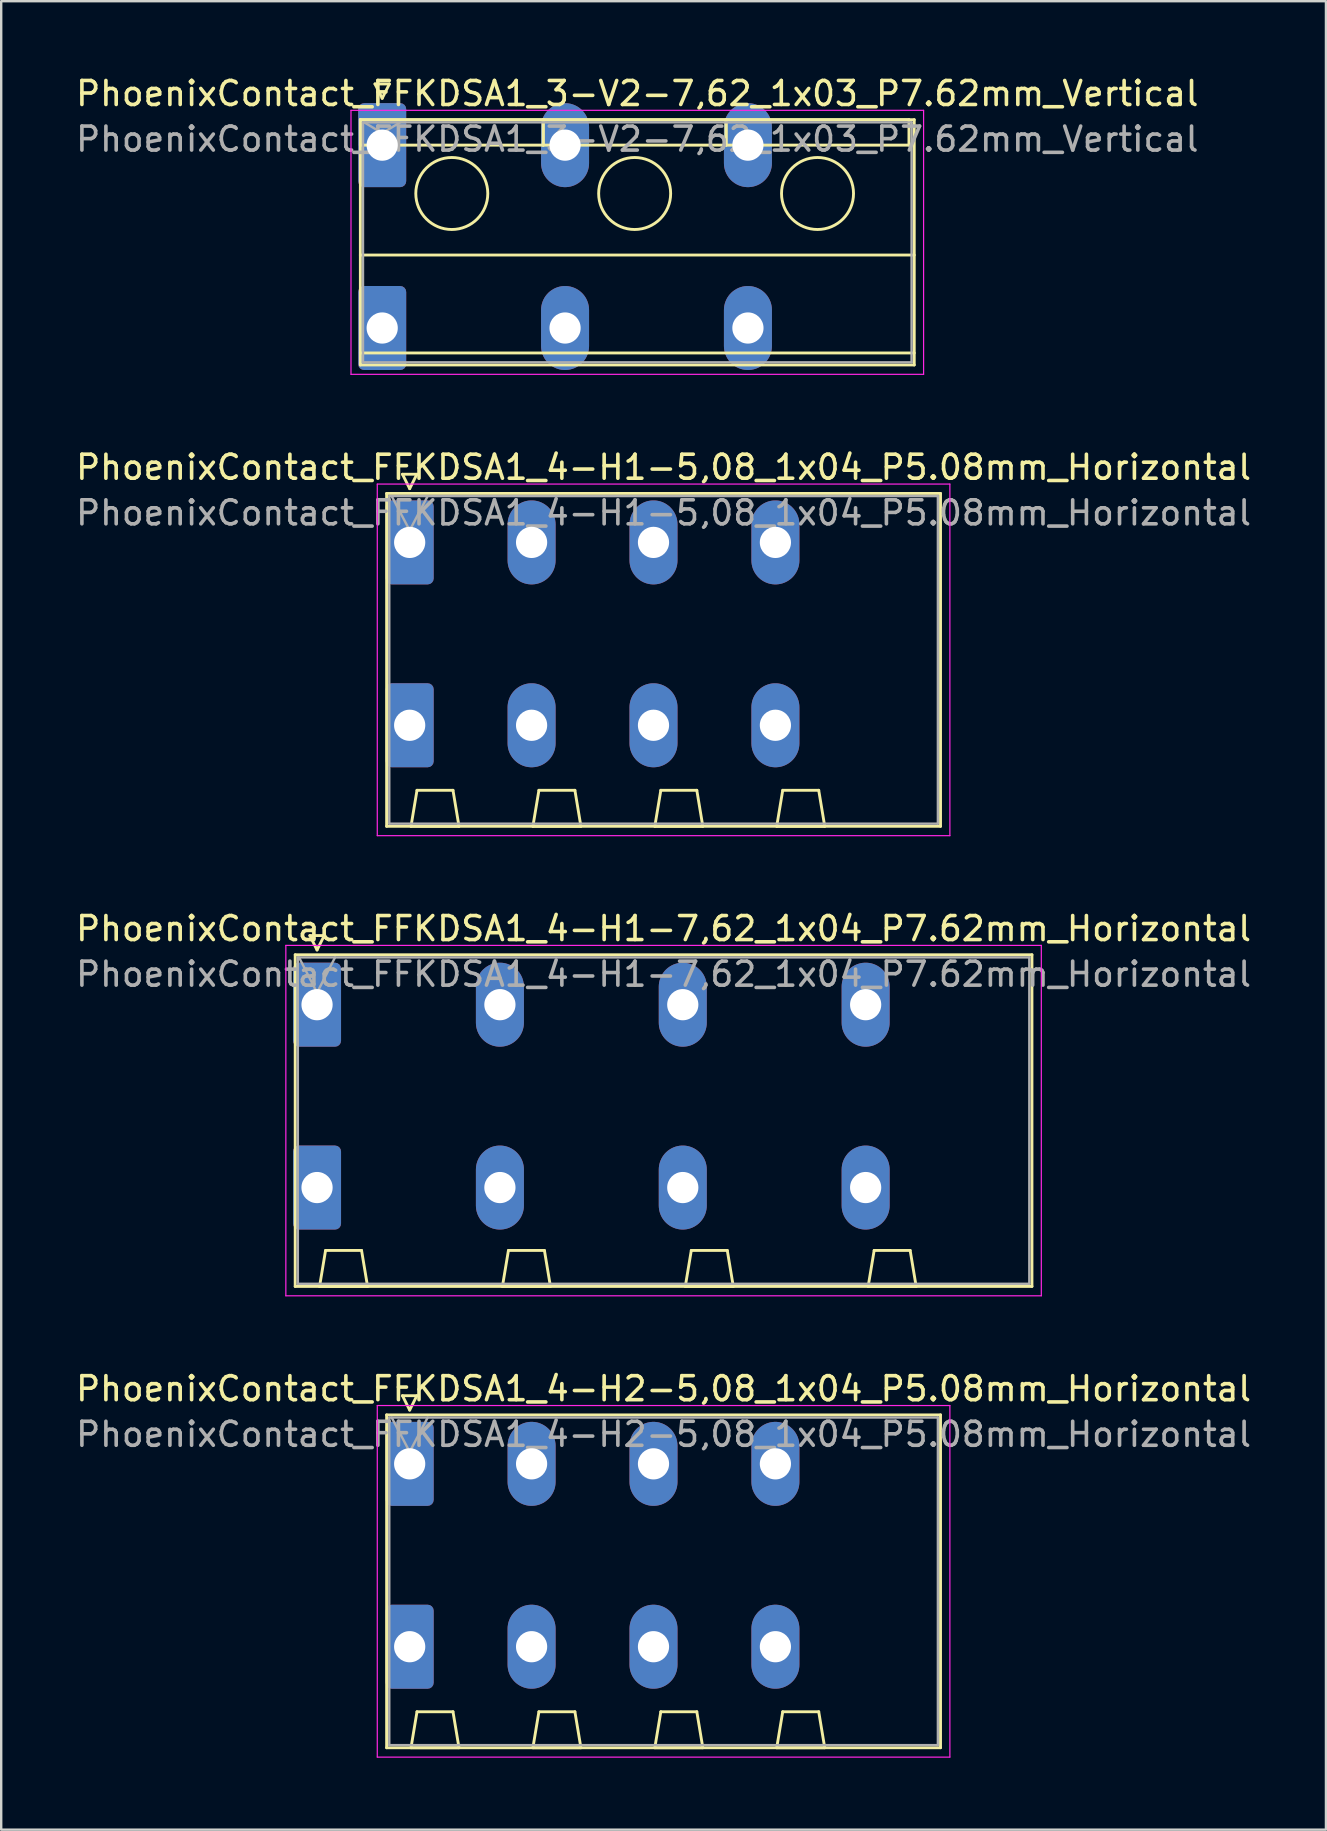
<source format=kicad_pcb>
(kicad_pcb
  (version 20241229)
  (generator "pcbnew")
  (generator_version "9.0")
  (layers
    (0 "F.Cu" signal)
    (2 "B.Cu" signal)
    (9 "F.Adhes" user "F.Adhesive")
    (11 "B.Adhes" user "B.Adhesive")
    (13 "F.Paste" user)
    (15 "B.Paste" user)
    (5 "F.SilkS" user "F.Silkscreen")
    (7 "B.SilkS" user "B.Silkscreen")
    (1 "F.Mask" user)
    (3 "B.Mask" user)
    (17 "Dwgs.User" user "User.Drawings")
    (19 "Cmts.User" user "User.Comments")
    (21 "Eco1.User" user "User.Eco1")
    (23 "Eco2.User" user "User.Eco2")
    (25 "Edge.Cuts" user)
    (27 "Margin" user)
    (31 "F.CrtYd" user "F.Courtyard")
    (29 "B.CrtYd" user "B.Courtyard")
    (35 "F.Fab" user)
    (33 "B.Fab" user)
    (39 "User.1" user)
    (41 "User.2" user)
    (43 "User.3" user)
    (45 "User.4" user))
  (footprint "PhoenixContact_FFKDSA1_4-H2-5,08_1x04_P5.08mm_Horizontal"
    (layer "F.Cu")
    (at 14.021 57.948)
    (property "Reference" "PhoenixContact_FFKDSA1_4-H2-5,08_1x04_P5.08mm_Horizontal" (at 10.58 -3.13 0) (layer "F.SilkS") (effects (font (size 1 1) (thickness 0.15))))
    (attr through_hole)
    (fp_line (start -0.96 -2.04) (end -0.96 11.83) (stroke (width 0.12) (type solid)) (layer "F.SilkS"))
    (fp_line (start -0.96 11.83) (end 22.12 11.83) (stroke (width 0.12) (type solid)) (layer "F.SilkS"))
    (fp_line (start -0.3 -2.84) (end 0.3 -2.84) (stroke (width 0.12) (type solid)) (layer "F.SilkS"))
    (fp_line (start 0 -2.24) (end -0.3 -2.84) (stroke (width 0.12) (type solid)) (layer "F.SilkS"))
    (fp_line (start 0.055 11.83) (end 2.055 11.83) (stroke (width 0.12) (type solid)) (layer "F.SilkS"))
    (fp_line (start 0.3 -2.84) (end 0 -2.24) (stroke (width 0.12) (type solid)) (layer "F.SilkS"))
    (fp_line (start 0.305 10.33) (end 0.055 11.83) (stroke (width 0.12) (type solid)) (layer "F.SilkS"))
    (fp_line (start 1.805 10.33) (end 0.305 10.33) (stroke (width 0.12) (type solid)) (layer "F.SilkS"))
    (fp_line (start 2.055 11.83) (end 1.805 10.33) (stroke (width 0.12) (type solid)) (layer "F.SilkS"))
    (fp_line (start 5.135 11.83) (end 7.135 11.83) (stroke (width 0.12) (type solid)) (layer "F.SilkS"))
    (fp_line (start 5.385 10.33) (end 5.135 11.83) (stroke (width 0.12) (type solid)) (layer "F.SilkS"))
    (fp_line (start 6.885 10.33) (end 5.385 10.33) (stroke (width 0.12) (type solid)) (layer "F.SilkS"))
    (fp_line (start 7.135 11.83) (end 6.885 10.33) (stroke (width 0.12) (type solid)) (layer "F.SilkS"))
    (fp_line (start 10.215 11.83) (end 12.215 11.83) (stroke (width 0.12) (type solid)) (layer "F.SilkS"))
    (fp_line (start 10.465 10.33) (end 10.215 11.83) (stroke (width 0.12) (type solid)) (layer "F.SilkS"))
    (fp_line (start 11.965 10.33) (end 10.465 10.33) (stroke (width 0.12) (type solid)) (layer "F.SilkS"))
    (fp_line (start 12.215 11.83) (end 11.965 10.33) (stroke (width 0.12) (type solid)) (layer "F.SilkS"))
    (fp_line (start 15.295 11.83) (end 17.295 11.83) (stroke (width 0.12) (type solid)) (layer "F.SilkS"))
    (fp_line (start 15.545 10.33) (end 15.295 11.83) (stroke (width 0.12) (type solid)) (layer "F.SilkS"))
    (fp_line (start 17.045 10.33) (end 15.545 10.33) (stroke (width 0.12) (type solid)) (layer "F.SilkS"))
    (fp_line (start 17.295 11.83) (end 17.045 10.33) (stroke (width 0.12) (type solid)) (layer "F.SilkS"))
    (fp_line (start 22.12 -2.04) (end -0.96 -2.04) (stroke (width 0.12) (type solid)) (layer "F.SilkS"))
    (fp_line (start 22.12 11.83) (end 22.12 -2.04) (stroke (width 0.12) (type solid)) (layer "F.SilkS"))
    (fp_line (start -1.35 -2.43) (end -1.35 12.22) (stroke (width 0.05) (type solid)) (layer "F.CrtYd"))
    (fp_line (start -1.35 12.22) (end 22.51 12.22) (stroke (width 0.05) (type solid)) (layer "F.CrtYd"))
    (fp_line (start 22.51 -2.43) (end -1.35 -2.43) (stroke (width 0.05) (type solid)) (layer "F.CrtYd"))
    (fp_line (start 22.51 12.22) (end 22.51 -2.43) (stroke (width 0.05) (type solid)) (layer "F.CrtYd"))
    (fp_line (start -0.85 -1.93) (end -0.85 11.72) (stroke (width 0.1) (type solid)) (layer "F.Fab"))
    (fp_line (start -0.85 11.72) (end 22.01 11.72) (stroke (width 0.1) (type solid)) (layer "F.Fab"))
    (fp_line (start 0 -0.5) (end -0.75 -1.93) (stroke (width 0.1) (type solid)) (layer "F.Fab"))
    (fp_line (start 0.75 -1.93) (end 0 -0.5) (stroke (width 0.1) (type solid)) (layer "F.Fab"))
    (fp_line (start 22.01 -1.93) (end -0.85 -1.93) (stroke (width 0.1) (type solid)) (layer "F.Fab"))
    (fp_line (start 22.01 11.72) (end 22.01 -1.93) (stroke (width 0.1) (type solid)) (layer "F.Fab"))
    (fp_text user "${REFERENCE}" (at 10.58 -1.23 0) (layer "F.Fab") (effects (font (size 1 1) (thickness 0.15))))
    (pad "1" thru_hole roundrect (at 0 0) (size 2 3.5) (drill 1.3) (layers "*.Cu" "*.Mask") (roundrect_rratio 0.125))
    (pad "1" thru_hole roundrect (at 0 7.62) (size 2 3.5) (drill 1.3) (layers "*.Cu" "*.Mask") (roundrect_rratio 0.125))
    (pad "2" thru_hole oval (at 5.08 0) (size 2 3.5) (drill 1.3) (layers "*.Cu" "*.Mask"))
    (pad "2" thru_hole oval (at 5.08 7.62) (size 2 3.5) (drill 1.3) (layers "*.Cu" "*.Mask"))
    (pad "3" thru_hole oval (at 10.16 0) (size 2 3.5) (drill 1.3) (layers "*.Cu" "*.Mask"))
    (pad "3" thru_hole oval (at 10.16 7.62) (size 2 3.5) (drill 1.3) (layers "*.Cu" "*.Mask"))
    (pad "4" thru_hole oval (at 15.24 0) (size 2 3.5) (drill 1.3) (layers "*.Cu" "*.Mask"))
    (pad "4" thru_hole oval (at 15.24 7.62) (size 2 3.5) (drill 1.3) (layers "*.Cu" "*.Mask")))
  (footprint "PhoenixContact_FFKDSA1_4-H1-5,08_1x04_P5.08mm_Horizontal"
    (layer "F.Cu")
    (at 14.021 19.552)
    (property "Reference" "PhoenixContact_FFKDSA1_4-H1-5,08_1x04_P5.08mm_Horizontal" (at 10.58 -3.13 0) (layer "F.SilkS") (effects (font (size 1 1) (thickness 0.15))))
    (attr through_hole)
    (fp_line (start -0.96 -2.04) (end -0.96 11.83) (stroke (width 0.12) (type solid)) (layer "F.SilkS"))
    (fp_line (start -0.96 11.83) (end 22.12 11.83) (stroke (width 0.12) (type solid)) (layer "F.SilkS"))
    (fp_line (start -0.3 -2.84) (end 0.3 -2.84) (stroke (width 0.12) (type solid)) (layer "F.SilkS"))
    (fp_line (start 0 -2.24) (end -0.3 -2.84) (stroke (width 0.12) (type solid)) (layer "F.SilkS"))
    (fp_line (start 0.055 11.83) (end 2.055 11.83) (stroke (width 0.12) (type solid)) (layer "F.SilkS"))
    (fp_line (start 0.3 -2.84) (end 0 -2.24) (stroke (width 0.12) (type solid)) (layer "F.SilkS"))
    (fp_line (start 0.305 10.33) (end 0.055 11.83) (stroke (width 0.12) (type solid)) (layer "F.SilkS"))
    (fp_line (start 1.805 10.33) (end 0.305 10.33) (stroke (width 0.12) (type solid)) (layer "F.SilkS"))
    (fp_line (start 2.055 11.83) (end 1.805 10.33) (stroke (width 0.12) (type solid)) (layer "F.SilkS"))
    (fp_line (start 5.135 11.83) (end 7.135 11.83) (stroke (width 0.12) (type solid)) (layer "F.SilkS"))
    (fp_line (start 5.385 10.33) (end 5.135 11.83) (stroke (width 0.12) (type solid)) (layer "F.SilkS"))
    (fp_line (start 6.885 10.33) (end 5.385 10.33) (stroke (width 0.12) (type solid)) (layer "F.SilkS"))
    (fp_line (start 7.135 11.83) (end 6.885 10.33) (stroke (width 0.12) (type solid)) (layer "F.SilkS"))
    (fp_line (start 10.215 11.83) (end 12.215 11.83) (stroke (width 0.12) (type solid)) (layer "F.SilkS"))
    (fp_line (start 10.465 10.33) (end 10.215 11.83) (stroke (width 0.12) (type solid)) (layer "F.SilkS"))
    (fp_line (start 11.965 10.33) (end 10.465 10.33) (stroke (width 0.12) (type solid)) (layer "F.SilkS"))
    (fp_line (start 12.215 11.83) (end 11.965 10.33) (stroke (width 0.12) (type solid)) (layer "F.SilkS"))
    (fp_line (start 15.295 11.83) (end 17.295 11.83) (stroke (width 0.12) (type solid)) (layer "F.SilkS"))
    (fp_line (start 15.545 10.33) (end 15.295 11.83) (stroke (width 0.12) (type solid)) (layer "F.SilkS"))
    (fp_line (start 17.045 10.33) (end 15.545 10.33) (stroke (width 0.12) (type solid)) (layer "F.SilkS"))
    (fp_line (start 17.295 11.83) (end 17.045 10.33) (stroke (width 0.12) (type solid)) (layer "F.SilkS"))
    (fp_line (start 22.12 -2.04) (end -0.96 -2.04) (stroke (width 0.12) (type solid)) (layer "F.SilkS"))
    (fp_line (start 22.12 11.83) (end 22.12 -2.04) (stroke (width 0.12) (type solid)) (layer "F.SilkS"))
    (fp_line (start -1.35 -2.43) (end -1.35 12.22) (stroke (width 0.05) (type solid)) (layer "F.CrtYd"))
    (fp_line (start -1.35 12.22) (end 22.51 12.22) (stroke (width 0.05) (type solid)) (layer "F.CrtYd"))
    (fp_line (start 22.51 -2.43) (end -1.35 -2.43) (stroke (width 0.05) (type solid)) (layer "F.CrtYd"))
    (fp_line (start 22.51 12.22) (end 22.51 -2.43) (stroke (width 0.05) (type solid)) (layer "F.CrtYd"))
    (fp_line (start -0.85 -1.93) (end -0.85 11.72) (stroke (width 0.1) (type solid)) (layer "F.Fab"))
    (fp_line (start -0.85 11.72) (end 22.01 11.72) (stroke (width 0.1) (type solid)) (layer "F.Fab"))
    (fp_line (start 0 -0.5) (end -0.75 -1.93) (stroke (width 0.1) (type solid)) (layer "F.Fab"))
    (fp_line (start 0.75 -1.93) (end 0 -0.5) (stroke (width 0.1) (type solid)) (layer "F.Fab"))
    (fp_line (start 22.01 -1.93) (end -0.85 -1.93) (stroke (width 0.1) (type solid)) (layer "F.Fab"))
    (fp_line (start 22.01 11.72) (end 22.01 -1.93) (stroke (width 0.1) (type solid)) (layer "F.Fab"))
    (fp_text user "${REFERENCE}" (at 10.58 -1.23 0) (layer "F.Fab") (effects (font (size 1 1) (thickness 0.15))))
    (pad "1" thru_hole roundrect (at 0 0) (size 2 3.5) (drill 1.3) (layers "*.Cu" "*.Mask") (roundrect_rratio 0.125))
    (pad "1" thru_hole roundrect (at 0 7.62) (size 2 3.5) (drill 1.3) (layers "*.Cu" "*.Mask") (roundrect_rratio 0.125))
    (pad "2" thru_hole oval (at 5.08 0) (size 2 3.5) (drill 1.3) (layers "*.Cu" "*.Mask"))
    (pad "2" thru_hole oval (at 5.08 7.62) (size 2 3.5) (drill 1.3) (layers "*.Cu" "*.Mask"))
    (pad "3" thru_hole oval (at 10.16 0) (size 2 3.5) (drill 1.3) (layers "*.Cu" "*.Mask"))
    (pad "3" thru_hole oval (at 10.16 7.62) (size 2 3.5) (drill 1.3) (layers "*.Cu" "*.Mask"))
    (pad "4" thru_hole oval (at 15.24 0) (size 2 3.5) (drill 1.3) (layers "*.Cu" "*.Mask"))
    (pad "4" thru_hole oval (at 15.24 7.62) (size 2 3.5) (drill 1.3) (layers "*.Cu" "*.Mask")))
  (footprint "PhoenixContact_FFKDSA1_4-H1-7,62_1x04_P7.62mm_Horizontal"
    (layer "F.Cu")
    (at 10.161 38.815)
    (property "Reference" "PhoenixContact_FFKDSA1_4-H1-7,62_1x04_P7.62mm_Horizontal" (at 14.44 -3.17 0) (layer "F.SilkS") (effects (font (size 1 1) (thickness 0.15))))
    (attr through_hole)
    (fp_line (start -0.91 -2.08) (end -0.91 11.74) (stroke (width 0.12) (type solid)) (layer "F.SilkS"))
    (fp_line (start -0.91 11.74) (end 29.79 11.74) (stroke (width 0.12) (type solid)) (layer "F.SilkS"))
    (fp_line (start -0.3 -2.88) (end 0.3 -2.88) (stroke (width 0.12) (type solid)) (layer "F.SilkS"))
    (fp_line (start 0 -2.28) (end -0.3 -2.88) (stroke (width 0.12) (type solid)) (layer "F.SilkS"))
    (fp_line (start 0.105 11.74) (end 2.105 11.74) (stroke (width 0.12) (type solid)) (layer "F.SilkS"))
    (fp_line (start 0.3 -2.88) (end 0 -2.28) (stroke (width 0.12) (type solid)) (layer "F.SilkS"))
    (fp_line (start 0.355 10.24) (end 0.105 11.74) (stroke (width 0.12) (type solid)) (layer "F.SilkS"))
    (fp_line (start 1.855 10.24) (end 0.355 10.24) (stroke (width 0.12) (type solid)) (layer "F.SilkS"))
    (fp_line (start 2.105 11.74) (end 1.855 10.24) (stroke (width 0.12) (type solid)) (layer "F.SilkS"))
    (fp_line (start 7.725 11.74) (end 9.725 11.74) (stroke (width 0.12) (type solid)) (layer "F.SilkS"))
    (fp_line (start 7.975 10.24) (end 7.725 11.74) (stroke (width 0.12) (type solid)) (layer "F.SilkS"))
    (fp_line (start 9.475 10.24) (end 7.975 10.24) (stroke (width 0.12) (type solid)) (layer "F.SilkS"))
    (fp_line (start 9.725 11.74) (end 9.475 10.24) (stroke (width 0.12) (type solid)) (layer "F.SilkS"))
    (fp_line (start 15.345 11.74) (end 17.345 11.74) (stroke (width 0.12) (type solid)) (layer "F.SilkS"))
    (fp_line (start 15.595 10.24) (end 15.345 11.74) (stroke (width 0.12) (type solid)) (layer "F.SilkS"))
    (fp_line (start 17.095 10.24) (end 15.595 10.24) (stroke (width 0.12) (type solid)) (layer "F.SilkS"))
    (fp_line (start 17.345 11.74) (end 17.095 10.24) (stroke (width 0.12) (type solid)) (layer "F.SilkS"))
    (fp_line (start 22.965 11.74) (end 24.965 11.74) (stroke (width 0.12) (type solid)) (layer "F.SilkS"))
    (fp_line (start 23.215 10.24) (end 22.965 11.74) (stroke (width 0.12) (type solid)) (layer "F.SilkS"))
    (fp_line (start 24.715 10.24) (end 23.215 10.24) (stroke (width 0.12) (type solid)) (layer "F.SilkS"))
    (fp_line (start 24.965 11.74) (end 24.715 10.24) (stroke (width 0.12) (type solid)) (layer "F.SilkS"))
    (fp_line (start 29.79 -2.08) (end -0.91 -2.08) (stroke (width 0.12) (type solid)) (layer "F.SilkS"))
    (fp_line (start 29.79 11.74) (end 29.79 -2.08) (stroke (width 0.12) (type solid)) (layer "F.SilkS"))
    (fp_line (start -1.3 -2.47) (end -1.3 12.13) (stroke (width 0.05) (type solid)) (layer "F.CrtYd"))
    (fp_line (start -1.3 12.13) (end 30.18 12.13) (stroke (width 0.05) (type solid)) (layer "F.CrtYd"))
    (fp_line (start 30.18 -2.47) (end -1.3 -2.47) (stroke (width 0.05) (type solid)) (layer "F.CrtYd"))
    (fp_line (start 30.18 12.13) (end 30.18 -2.47) (stroke (width 0.05) (type solid)) (layer "F.CrtYd"))
    (fp_line (start -0.8 -1.97) (end -0.8 11.63) (stroke (width 0.1) (type solid)) (layer "F.Fab"))
    (fp_line (start -0.8 11.63) (end 29.68 11.63) (stroke (width 0.1) (type solid)) (layer "F.Fab"))
    (fp_line (start 0 -0.5) (end -0.75 -1.97) (stroke (width 0.1) (type solid)) (layer "F.Fab"))
    (fp_line (start 0.75 -1.97) (end 0 -0.5) (stroke (width 0.1) (type solid)) (layer "F.Fab"))
    (fp_line (start 29.68 -1.97) (end -0.8 -1.97) (stroke (width 0.1) (type solid)) (layer "F.Fab"))
    (fp_line (start 29.68 11.63) (end 29.68 -1.97) (stroke (width 0.1) (type solid)) (layer "F.Fab"))
    (fp_text user "${REFERENCE}" (at 14.44 -1.27 0) (layer "F.Fab") (effects (font (size 1 1) (thickness 0.15))))
    (pad "1" thru_hole roundrect (at 0 0) (size 2 3.5) (drill 1.3) (layers "*.Cu" "*.Mask") (roundrect_rratio 0.125))
    (pad "1" thru_hole roundrect (at 0 7.62) (size 2 3.5) (drill 1.3) (layers "*.Cu" "*.Mask") (roundrect_rratio 0.125))
    (pad "2" thru_hole oval (at 7.62 0) (size 2 3.5) (drill 1.3) (layers "*.Cu" "*.Mask"))
    (pad "2" thru_hole oval (at 7.62 7.62) (size 2 3.5) (drill 1.3) (layers "*.Cu" "*.Mask"))
    (pad "3" thru_hole oval (at 15.24 0) (size 2 3.5) (drill 1.3) (layers "*.Cu" "*.Mask"))
    (pad "3" thru_hole oval (at 15.24 7.62) (size 2 3.5) (drill 1.3) (layers "*.Cu" "*.Mask"))
    (pad "4" thru_hole oval (at 22.86 0) (size 2 3.5) (drill 1.3) (layers "*.Cu" "*.Mask"))
    (pad "4" thru_hole oval (at 22.86 7.62) (size 2 3.5) (drill 1.3) (layers "*.Cu" "*.Mask")))
  (footprint "PhoenixContact_FFKDSA1_3-V2-7,62_1x03_P7.62mm_Vertical"
    (layer "F.Cu")
    (at 12.876 2.998)
    (property "Reference" "PhoenixContact_FFKDSA1_3-V2-7,62_1x03_P7.62mm_Vertical" (at 10.63 -2.15 0) (layer "F.SilkS") (effects (font (size 1 1) (thickness 0.15))))
    (attr through_hole)
    (fp_line (start -0.91 -1.06) (end -0.91 0) (stroke (width 0.12) (type solid)) (layer "F.SilkS"))
    (fp_line (start -0.91 -1.06) (end -0.91 9.16) (stroke (width 0.12) (type solid)) (layer "F.SilkS"))
    (fp_line (start -0.91 0) (end 6.71 0) (stroke (width 0.12) (type solid)) (layer "F.SilkS"))
    (fp_line (start -0.91 4.58) (end 22.17 4.58) (stroke (width 0.12) (type solid)) (layer "F.SilkS"))
    (fp_line (start -0.91 8.66) (end 22.17 8.66) (stroke (width 0.12) (type solid)) (layer "F.SilkS"))
    (fp_line (start -0.91 9.16) (end 22.17 9.16) (stroke (width 0.12) (type solid)) (layer "F.SilkS"))
    (fp_line (start -0.3 -2.55) (end 0.3 -2.55) (stroke (width 0.12) (type solid)) (layer "F.SilkS"))
    (fp_line (start 0 -1.95) (end -0.3 -2.55) (stroke (width 0.12) (type solid)) (layer "F.SilkS"))
    (fp_line (start 0.3 -2.55) (end 0 -1.95) (stroke (width 0.12) (type solid)) (layer "F.SilkS"))
    (fp_line (start 6.71 -1.06) (end -0.91 -1.06) (stroke (width 0.12) (type solid)) (layer "F.SilkS"))
    (fp_line (start 6.71 -1.06) (end 6.71 0) (stroke (width 0.12) (type solid)) (layer "F.SilkS"))
    (fp_line (start 6.71 0) (end 6.71 -1.06) (stroke (width 0.12) (type solid)) (layer "F.SilkS"))
    (fp_line (start 6.71 0) (end 14.33 0) (stroke (width 0.12) (type solid)) (layer "F.SilkS"))
    (fp_line (start 14.33 -1.06) (end 6.71 -1.06) (stroke (width 0.12) (type solid)) (layer "F.SilkS"))
    (fp_line (start 14.33 -1.06) (end 14.33 0) (stroke (width 0.12) (type solid)) (layer "F.SilkS"))
    (fp_line (start 14.33 0) (end 14.33 -1.06) (stroke (width 0.12) (type solid)) (layer "F.SilkS"))
    (fp_line (start 14.33 0) (end 21.95 0) (stroke (width 0.12) (type solid)) (layer "F.SilkS"))
    (fp_line (start 21.95 -1.06) (end 14.33 -1.06) (stroke (width 0.12) (type solid)) (layer "F.SilkS"))
    (fp_line (start 21.95 0) (end 21.95 -1.06) (stroke (width 0.12) (type solid)) (layer "F.SilkS"))
    (fp_line (start 22.17 -1.06) (end -0.91 -1.06) (stroke (width 0.12) (type solid)) (layer "F.SilkS"))
    (fp_line (start 22.17 9.16) (end 22.17 -1.06) (stroke (width 0.12) (type solid)) (layer "F.SilkS"))
    (fp_circle (center 2.9 2.015) (end 4.4 2.015) (stroke (width 0.12) (type solid)) (fill no) (layer "F.SilkS"))
    (fp_circle (center 10.52 2.015) (end 12.02 2.015) (stroke (width 0.12) (type solid)) (fill no) (layer "F.SilkS"))
    (fp_circle (center 18.14 2.015) (end 19.64 2.015) (stroke (width 0.12) (type solid)) (fill no) (layer "F.SilkS"))
    (fp_line (start -1.3 -1.45) (end -1.3 9.55) (stroke (width 0.05) (type solid)) (layer "F.CrtYd"))
    (fp_line (start -1.3 9.55) (end 22.56 9.55) (stroke (width 0.05) (type solid)) (layer "F.CrtYd"))
    (fp_line (start 22.56 -1.45) (end -1.3 -1.45) (stroke (width 0.05) (type solid)) (layer "F.CrtYd"))
    (fp_line (start 22.56 9.55) (end 22.56 -1.45) (stroke (width 0.05) (type solid)) (layer "F.CrtYd"))
    (fp_line (start -0.8 -0.95) (end -0.8 9.05) (stroke (width 0.1) (type solid)) (layer "F.Fab"))
    (fp_line (start -0.8 9.05) (end 22.06 9.05) (stroke (width 0.1) (type solid)) (layer "F.Fab"))
    (fp_line (start 0 -0.5) (end -0.75 -0.95) (stroke (width 0.1) (type solid)) (layer "F.Fab"))
    (fp_line (start 0.75 -0.95) (end 0 -0.5) (stroke (width 0.1) (type solid)) (layer "F.Fab"))
    (fp_line (start 22.06 -0.95) (end -0.8 -0.95) (stroke (width 0.1) (type solid)) (layer "F.Fab"))
    (fp_line (start 22.06 9.05) (end 22.06 -0.95) (stroke (width 0.1) (type solid)) (layer "F.Fab"))
    (fp_text user "${REFERENCE}" (at 10.63 -0.25 0) (layer "F.Fab") (effects (font (size 1 1) (thickness 0.15))))
    (pad "1" thru_hole roundrect (at 0 0) (size 2 3.5) (drill 1.3) (layers "*.Cu" "*.Mask") (roundrect_rratio 0.125))
    (pad "1" thru_hole roundrect (at 0 7.62) (size 2 3.5) (drill 1.3) (layers "*.Cu" "*.Mask") (roundrect_rratio 0.125))
    (pad "2" thru_hole oval (at 7.62 0) (size 2 3.5) (drill 1.3) (layers "*.Cu" "*.Mask"))
    (pad "2" thru_hole oval (at 7.62 7.62) (size 2 3.5) (drill 1.3) (layers "*.Cu" "*.Mask"))
    (pad "3" thru_hole oval (at 15.24 0) (size 2 3.5) (drill 1.3) (layers "*.Cu" "*.Mask"))
    (pad "3" thru_hole oval (at 15.24 7.62) (size 2 3.5) (drill 1.3) (layers "*.Cu" "*.Mask")))
  (gr_rect
    (start -3 -3)
    (end 52.202 73.193)
    (stroke (width 0.1) (type default))
    (fill no)
    (layer "Edge.Cuts")))
</source>
